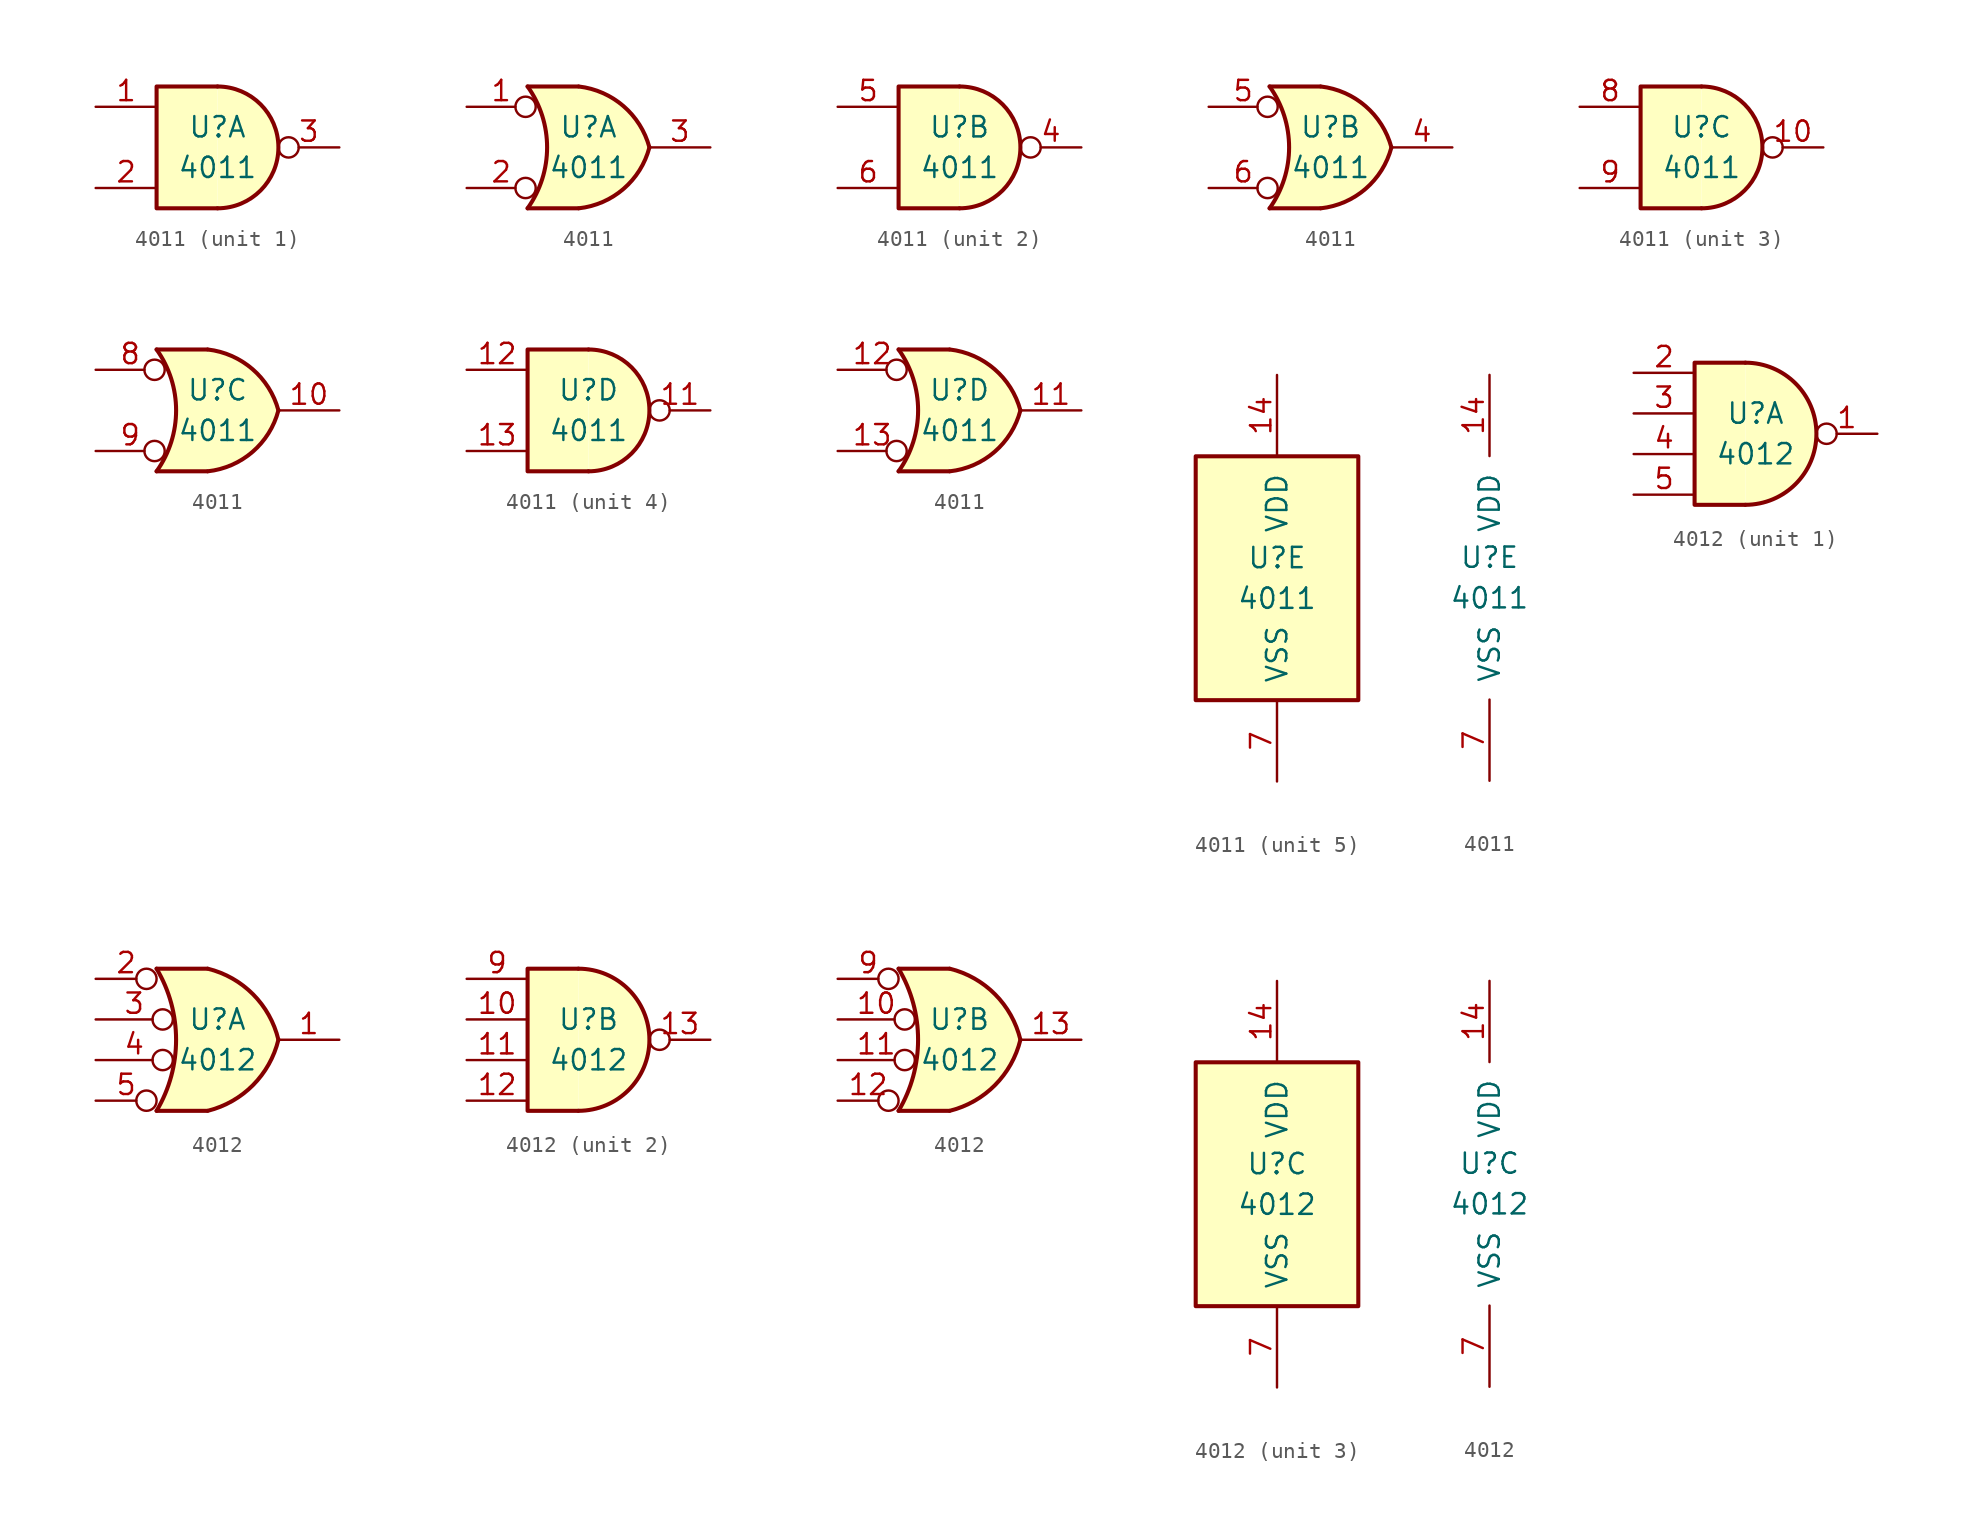
<source format=kicad_sym>
(kicad_symbol_lib
  (version 20201005)
  (generator kicad_symbol_editor)
  (symbol "4xxx:4011"
    (pin_names
      (offset 1.016))
    (property "Reference" "U"
      (at 0 1.27 0)
      (effects (font (size 1.27 1.27))))
    (property "Value" "4011"
      (at 0 -1.27 0)
      (effects (font (size 1.27 1.27))))
    (property "ki_locked" ""
      (at 0 0 0)
      (effects (font (size 1.27 1.27))))
    (symbol "4011_1_1"
      (arc (start 0 -3.81) (end 0 3.81) (radius (at 0 0) (length 3.81) (angles -89.9 89.9)) (stroke (width 0.254)) (fill (type background)))
      (polyline (pts (xy 0 3.81) (xy -3.81 3.81) (xy -3.81 -3.81) (xy 0 -3.81)) (stroke (width 0.254)) (fill (type background)))
      (pin input line (at -7.62 2.54 0) (length 3.81) (name "~" (effects (font (size 1.27 1.27)))) (number "1" (effects (font (size 1.27 1.27)))))
      (pin input line (at -7.62 -2.54 0) (length 3.81) (name "~" (effects (font (size 1.27 1.27)))) (number "2" (effects (font (size 1.27 1.27)))))
      (pin output inverted (at 7.62 0 180) (length 3.81) (name "~" (effects (font (size 1.27 1.27)))) (number "3" (effects (font (size 1.27 1.27))))))
    (symbol "4011_1_2"
      (arc (start -3.81 3.81) (end -3.81 -3.81) (radius (at -9.144 0) (length 6.5532) (angles 35.4 -35.4)) (stroke (width 0.254)) (fill (type none)))
      (arc (start 3.81 0) (end -0.6096 3.81) (radius (at -1.1938 -1.3208) (length 5.1816) (angles 15 83.7)) (stroke (width 0.254)) (fill (type background)))
      (arc (start 3.81 0) (end -0.6096 -3.81) (radius (at -1.1938 1.3208) (length 5.1816) (angles -15 -83.7)) (stroke (width 0.254)) (fill (type background)))
      (polyline (pts (xy -3.81 -3.81) (xy -0.635 -3.81)) (stroke (width 0.254)) (fill (type background)))
      (polyline (pts (xy -3.81 3.81) (xy -0.635 3.81)) (stroke (width 0.254)) (fill (type background)))
      (polyline (pts (xy -0.635 3.81) (xy -3.81 3.81) (xy -3.81 3.81) (xy -3.556 3.404) (xy -3.023 2.261) (xy -2.692 1.041) (xy -2.616 -0.254) (xy -2.769 -1.499) (xy -3.175 -2.718) (xy -3.81 -3.81) (xy -3.81 -3.81) (xy -0.635 -3.81)) (stroke (width -25.4)) (fill (type background)))
      (pin input inverted (at -7.62 2.54 0) (length 4.318) (name "~" (effects (font (size 1.27 1.27)))) (number "1" (effects (font (size 1.27 1.27)))))
      (pin input inverted (at -7.62 -2.54 0) (length 4.318) (name "~" (effects (font (size 1.27 1.27)))) (number "2" (effects (font (size 1.27 1.27)))))
      (pin output line (at 7.62 0 180) (length 3.81) (name "~" (effects (font (size 1.27 1.27)))) (number "3" (effects (font (size 1.27 1.27))))))
    (symbol "4011_2_1"
      (arc (start 0 -3.81) (end 0 3.81) (radius (at 0 0) (length 3.81) (angles -89.9 89.9)) (stroke (width 0.254)) (fill (type background)))
      (polyline (pts (xy 0 3.81) (xy -3.81 3.81) (xy -3.81 -3.81) (xy 0 -3.81)) (stroke (width 0.254)) (fill (type background)))
      (pin output inverted (at 7.62 0 180) (length 3.81) (name "~" (effects (font (size 1.27 1.27)))) (number "4" (effects (font (size 1.27 1.27)))))
      (pin input line (at -7.62 2.54 0) (length 3.81) (name "~" (effects (font (size 1.27 1.27)))) (number "5" (effects (font (size 1.27 1.27)))))
      (pin input line (at -7.62 -2.54 0) (length 3.81) (name "~" (effects (font (size 1.27 1.27)))) (number "6" (effects (font (size 1.27 1.27))))))
    (symbol "4011_2_2"
      (arc (start -3.81 3.81) (end -3.81 -3.81) (radius (at -9.144 0) (length 6.5532) (angles 35.4 -35.4)) (stroke (width 0.254)) (fill (type none)))
      (arc (start 3.81 0) (end -0.6096 3.81) (radius (at -1.1938 -1.3208) (length 5.1816) (angles 15 83.7)) (stroke (width 0.254)) (fill (type background)))
      (arc (start 3.81 0) (end -0.6096 -3.81) (radius (at -1.1938 1.3208) (length 5.1816) (angles -15 -83.7)) (stroke (width 0.254)) (fill (type background)))
      (polyline (pts (xy -3.81 -3.81) (xy -0.635 -3.81)) (stroke (width 0.254)) (fill (type background)))
      (polyline (pts (xy -3.81 3.81) (xy -0.635 3.81)) (stroke (width 0.254)) (fill (type background)))
      (polyline (pts (xy -0.635 3.81) (xy -3.81 3.81) (xy -3.81 3.81) (xy -3.556 3.404) (xy -3.023 2.261) (xy -2.692 1.041) (xy -2.616 -0.254) (xy -2.769 -1.499) (xy -3.175 -2.718) (xy -3.81 -3.81) (xy -3.81 -3.81) (xy -0.635 -3.81)) (stroke (width -25.4)) (fill (type background)))
      (pin output line (at 7.62 0 180) (length 3.81) (name "~" (effects (font (size 1.27 1.27)))) (number "4" (effects (font (size 1.27 1.27)))))
      (pin input inverted (at -7.62 2.54 0) (length 4.318) (name "~" (effects (font (size 1.27 1.27)))) (number "5" (effects (font (size 1.27 1.27)))))
      (pin input inverted (at -7.62 -2.54 0) (length 4.318) (name "~" (effects (font (size 1.27 1.27)))) (number "6" (effects (font (size 1.27 1.27))))))
    (symbol "4011_3_1"
      (arc (start 0 -3.81) (end 0 3.81) (radius (at 0 0) (length 3.81) (angles -89.9 89.9)) (stroke (width 0.254)) (fill (type background)))
      (polyline (pts (xy 0 3.81) (xy -3.81 3.81) (xy -3.81 -3.81) (xy 0 -3.81)) (stroke (width 0.254)) (fill (type background)))
      (pin output inverted (at 7.62 0 180) (length 3.81) (name "~" (effects (font (size 1.27 1.27)))) (number "10" (effects (font (size 1.27 1.27)))))
      (pin input line (at -7.62 2.54 0) (length 3.81) (name "~" (effects (font (size 1.27 1.27)))) (number "8" (effects (font (size 1.27 1.27)))))
      (pin input line (at -7.62 -2.54 0) (length 3.81) (name "~" (effects (font (size 1.27 1.27)))) (number "9" (effects (font (size 1.27 1.27))))))
    (symbol "4011_3_2"
      (arc (start -3.81 3.81) (end -3.81 -3.81) (radius (at -9.144 0) (length 6.5532) (angles 35.4 -35.4)) (stroke (width 0.254)) (fill (type none)))
      (arc (start 3.81 0) (end -0.6096 3.81) (radius (at -1.1938 -1.3208) (length 5.1816) (angles 15 83.7)) (stroke (width 0.254)) (fill (type background)))
      (arc (start 3.81 0) (end -0.6096 -3.81) (radius (at -1.1938 1.3208) (length 5.1816) (angles -15 -83.7)) (stroke (width 0.254)) (fill (type background)))
      (polyline (pts (xy -3.81 -3.81) (xy -0.635 -3.81)) (stroke (width 0.254)) (fill (type background)))
      (polyline (pts (xy -3.81 3.81) (xy -0.635 3.81)) (stroke (width 0.254)) (fill (type background)))
      (polyline (pts (xy -0.635 3.81) (xy -3.81 3.81) (xy -3.81 3.81) (xy -3.556 3.404) (xy -3.023 2.261) (xy -2.692 1.041) (xy -2.616 -0.254) (xy -2.769 -1.499) (xy -3.175 -2.718) (xy -3.81 -3.81) (xy -3.81 -3.81) (xy -0.635 -3.81)) (stroke (width -25.4)) (fill (type background)))
      (pin output line (at 7.62 0 180) (length 3.81) (name "~" (effects (font (size 1.27 1.27)))) (number "10" (effects (font (size 1.27 1.27)))))
      (pin input inverted (at -7.62 2.54 0) (length 4.318) (name "~" (effects (font (size 1.27 1.27)))) (number "8" (effects (font (size 1.27 1.27)))))
      (pin input inverted (at -7.62 -2.54 0) (length 4.318) (name "~" (effects (font (size 1.27 1.27)))) (number "9" (effects (font (size 1.27 1.27))))))
    (symbol "4011_4_1"
      (arc (start 0 -3.81) (end 0 3.81) (radius (at 0 0) (length 3.81) (angles -89.9 89.9)) (stroke (width 0.254)) (fill (type background)))
      (polyline (pts (xy 0 3.81) (xy -3.81 3.81) (xy -3.81 -3.81) (xy 0 -3.81)) (stroke (width 0.254)) (fill (type background)))
      (pin output inverted (at 7.62 0 180) (length 3.81) (name "~" (effects (font (size 1.27 1.27)))) (number "11" (effects (font (size 1.27 1.27)))))
      (pin input line (at -7.62 2.54 0) (length 3.81) (name "~" (effects (font (size 1.27 1.27)))) (number "12" (effects (font (size 1.27 1.27)))))
      (pin input line (at -7.62 -2.54 0) (length 3.81) (name "~" (effects (font (size 1.27 1.27)))) (number "13" (effects (font (size 1.27 1.27))))))
    (symbol "4011_4_2"
      (arc (start -3.81 3.81) (end -3.81 -3.81) (radius (at -9.144 0) (length 6.5532) (angles 35.4 -35.4)) (stroke (width 0.254)) (fill (type none)))
      (arc (start 3.81 0) (end -0.6096 3.81) (radius (at -1.1938 -1.3208) (length 5.1816) (angles 15 83.7)) (stroke (width 0.254)) (fill (type background)))
      (arc (start 3.81 0) (end -0.6096 -3.81) (radius (at -1.1938 1.3208) (length 5.1816) (angles -15 -83.7)) (stroke (width 0.254)) (fill (type background)))
      (polyline (pts (xy -3.81 -3.81) (xy -0.635 -3.81)) (stroke (width 0.254)) (fill (type background)))
      (polyline (pts (xy -3.81 3.81) (xy -0.635 3.81)) (stroke (width 0.254)) (fill (type background)))
      (polyline (pts (xy -0.635 3.81) (xy -3.81 3.81) (xy -3.81 3.81) (xy -3.556 3.404) (xy -3.023 2.261) (xy -2.692 1.041) (xy -2.616 -0.254) (xy -2.769 -1.499) (xy -3.175 -2.718) (xy -3.81 -3.81) (xy -3.81 -3.81) (xy -0.635 -3.81)) (stroke (width -25.4)) (fill (type background)))
      (pin output line (at 7.62 0 180) (length 3.81) (name "~" (effects (font (size 1.27 1.27)))) (number "11" (effects (font (size 1.27 1.27)))))
      (pin input inverted (at -7.62 2.54 0) (length 4.318) (name "~" (effects (font (size 1.27 1.27)))) (number "12" (effects (font (size 1.27 1.27)))))
      (pin input inverted (at -7.62 -2.54 0) (length 4.318) (name "~" (effects (font (size 1.27 1.27)))) (number "13" (effects (font (size 1.27 1.27))))))
    (symbol "4011_5_0"
      (pin power_in line (at 0 12.7 270) (length 5.08) (name "VDD" (effects (font (size 1.27 1.27)))) (number "14" (effects (font (size 1.27 1.27)))))
      (pin power_in line (at 0 -12.7 90) (length 5.08) (name "VSS" (effects (font (size 1.27 1.27)))) (number "7" (effects (font (size 1.27 1.27))))))
    (symbol "4011_5_1"
      (rectangle (start -5.08 7.62) (end 5.08 -7.62) (stroke (width 0.254)) (fill (type background)))))
  (symbol "4xxx:4012"
    (pin_names
      (offset 1.016))
    (property "Reference" "U"
      (at 0 1.27 0)
      (effects (font (size 1.27 1.27))))
    (property "Value" "4012"
      (at 0 -1.27 0)
      (effects (font (size 1.27 1.27))))
    (property "ki_locked" ""
      (at 0 0 0)
      (effects (font (size 1.27 1.27))))
    (symbol "4012_1_1"
      (arc (start -0.635 -4.445) (end -0.635 4.445) (radius (at -0.635 0) (length 4.445) (angles -89.9 89.9)) (stroke (width 0.254)) (fill (type background)))
      (polyline (pts (xy -0.635 4.445) (xy -3.81 4.445) (xy -3.81 -4.445) (xy -0.635 -4.445)) (stroke (width 0.254)) (fill (type background)))
      (pin output inverted (at 7.62 0 180) (length 3.81) (name "~" (effects (font (size 1.27 1.27)))) (number "1" (effects (font (size 1.27 1.27)))))
      (pin input line (at -7.62 3.81 0) (length 3.81) (name "~" (effects (font (size 1.27 1.27)))) (number "2" (effects (font (size 1.27 1.27)))))
      (pin input line (at -7.62 1.27 0) (length 3.81) (name "~" (effects (font (size 1.27 1.27)))) (number "3" (effects (font (size 1.27 1.27)))))
      (pin input line (at -7.62 -1.27 0) (length 3.81) (name "~" (effects (font (size 1.27 1.27)))) (number "4" (effects (font (size 1.27 1.27)))))
      (pin input line (at -7.62 -3.81 0) (length 3.81) (name "~" (effects (font (size 1.27 1.27)))) (number "5" (effects (font (size 1.27 1.27))))))
    (symbol "4012_1_2"
      (arc (start -3.81 4.445) (end -3.81 -4.445) (radius (at -11.303 0) (length 8.7122) (angles 30.6 -30.6)) (stroke (width 0.254)) (fill (type none)))
      (arc (start 3.81 0) (end -0.6096 4.445) (radius (at -2.0574 -1.4224) (length 6.0452) (angles 13.7 76.8)) (stroke (width 0.254)) (fill (type background)))
      (arc (start 3.81 0) (end -0.6096 -4.445) (radius (at -2.0574 1.4224) (length 6.0452) (angles -13.7 -76.8)) (stroke (width 0.254)) (fill (type background)))
      (polyline (pts (xy -3.81 -4.445) (xy -0.635 -4.445)) (stroke (width 0.254)) (fill (type background)))
      (polyline (pts (xy -3.81 4.445) (xy -0.635 4.445)) (stroke (width 0.254)) (fill (type background)))
      (polyline (pts (xy -0.635 4.445) (xy -3.81 4.445) (xy -3.81 4.445) (xy -3.632 4.089) (xy -3.099 2.921) (xy -2.769 1.676) (xy -2.616 0.432) (xy -2.642 -0.864) (xy -2.87 -2.108) (xy -3.251 -3.327) (xy -3.81 -4.445) (xy -3.81 -4.445) (xy -0.635 -4.445)) (stroke (width -25.4)) (fill (type background)))
      (pin output line (at 7.62 0 180) (length 3.81) (name "~" (effects (font (size 1.27 1.27)))) (number "1" (effects (font (size 1.27 1.27)))))
      (pin input inverted (at -7.62 3.81 0) (length 3.81) (name "~" (effects (font (size 1.27 1.27)))) (number "2" (effects (font (size 1.27 1.27)))))
      (pin input inverted (at -7.62 1.27 0) (length 4.826) (name "~" (effects (font (size 1.27 1.27)))) (number "3" (effects (font (size 1.27 1.27)))))
      (pin input inverted (at -7.62 -1.27 0) (length 4.826) (name "~" (effects (font (size 1.27 1.27)))) (number "4" (effects (font (size 1.27 1.27)))))
      (pin input inverted (at -7.62 -3.81 0) (length 3.81) (name "~" (effects (font (size 1.27 1.27)))) (number "5" (effects (font (size 1.27 1.27))))))
    (symbol "4012_2_1"
      (arc (start -0.635 -4.445) (end -0.635 4.445) (radius (at -0.635 0) (length 4.445) (angles -89.9 89.9)) (stroke (width 0.254)) (fill (type background)))
      (polyline (pts (xy -0.635 4.445) (xy -3.81 4.445) (xy -3.81 -4.445) (xy -0.635 -4.445)) (stroke (width 0.254)) (fill (type background)))
      (pin input line (at -7.62 1.27 0) (length 3.81) (name "~" (effects (font (size 1.27 1.27)))) (number "10" (effects (font (size 1.27 1.27)))))
      (pin input line (at -7.62 -1.27 0) (length 3.81) (name "~" (effects (font (size 1.27 1.27)))) (number "11" (effects (font (size 1.27 1.27)))))
      (pin input line (at -7.62 -3.81 0) (length 3.81) (name "~" (effects (font (size 1.27 1.27)))) (number "12" (effects (font (size 1.27 1.27)))))
      (pin output inverted (at 7.62 0 180) (length 3.81) (name "~" (effects (font (size 1.27 1.27)))) (number "13" (effects (font (size 1.27 1.27)))))
      (pin input line (at -7.62 3.81 0) (length 3.81) (name "~" (effects (font (size 1.27 1.27)))) (number "9" (effects (font (size 1.27 1.27))))))
    (symbol "4012_2_2"
      (arc (start -3.81 4.445) (end -3.81 -4.445) (radius (at -11.303 0) (length 8.7122) (angles 30.6 -30.6)) (stroke (width 0.254)) (fill (type none)))
      (arc (start 3.81 0) (end -0.6096 4.445) (radius (at -2.0574 -1.4224) (length 6.0452) (angles 13.7 76.8)) (stroke (width 0.254)) (fill (type background)))
      (arc (start 3.81 0) (end -0.6096 -4.445) (radius (at -2.0574 1.4224) (length 6.0452) (angles -13.7 -76.8)) (stroke (width 0.254)) (fill (type background)))
      (polyline (pts (xy -3.81 -4.445) (xy -0.635 -4.445)) (stroke (width 0.254)) (fill (type background)))
      (polyline (pts (xy -3.81 4.445) (xy -0.635 4.445)) (stroke (width 0.254)) (fill (type background)))
      (polyline (pts (xy -0.635 4.445) (xy -3.81 4.445) (xy -3.81 4.445) (xy -3.632 4.089) (xy -3.099 2.921) (xy -2.769 1.676) (xy -2.616 0.432) (xy -2.642 -0.864) (xy -2.87 -2.108) (xy -3.251 -3.327) (xy -3.81 -4.445) (xy -3.81 -4.445) (xy -0.635 -4.445)) (stroke (width -25.4)) (fill (type background)))
      (pin input inverted (at -7.62 1.27 0) (length 4.826) (name "~" (effects (font (size 1.27 1.27)))) (number "10" (effects (font (size 1.27 1.27)))))
      (pin input inverted (at -7.62 -1.27 0) (length 4.826) (name "~" (effects (font (size 1.27 1.27)))) (number "11" (effects (font (size 1.27 1.27)))))
      (pin input inverted (at -7.62 -3.81 0) (length 3.81) (name "~" (effects (font (size 1.27 1.27)))) (number "12" (effects (font (size 1.27 1.27)))))
      (pin output line (at 7.62 0 180) (length 3.81) (name "~" (effects (font (size 1.27 1.27)))) (number "13" (effects (font (size 1.27 1.27)))))
      (pin input inverted (at -7.62 3.81 0) (length 3.81) (name "~" (effects (font (size 1.27 1.27)))) (number "9" (effects (font (size 1.27 1.27))))))
    (symbol "4012_3_0"
      (pin power_in line (at 0 12.7 270) (length 5.08) (name "VDD" (effects (font (size 1.27 1.27)))) (number "14" (effects (font (size 1.27 1.27)))))
      (pin power_in line (at 0 -12.7 90) (length 5.08) (name "VSS" (effects (font (size 1.27 1.27)))) (number "7" (effects (font (size 1.27 1.27))))))
    (symbol "4012_3_1"
      (rectangle (start -5.08 7.62) (end 5.08 -7.62) (stroke (width 0.254)) (fill (type background))))))
</source>
